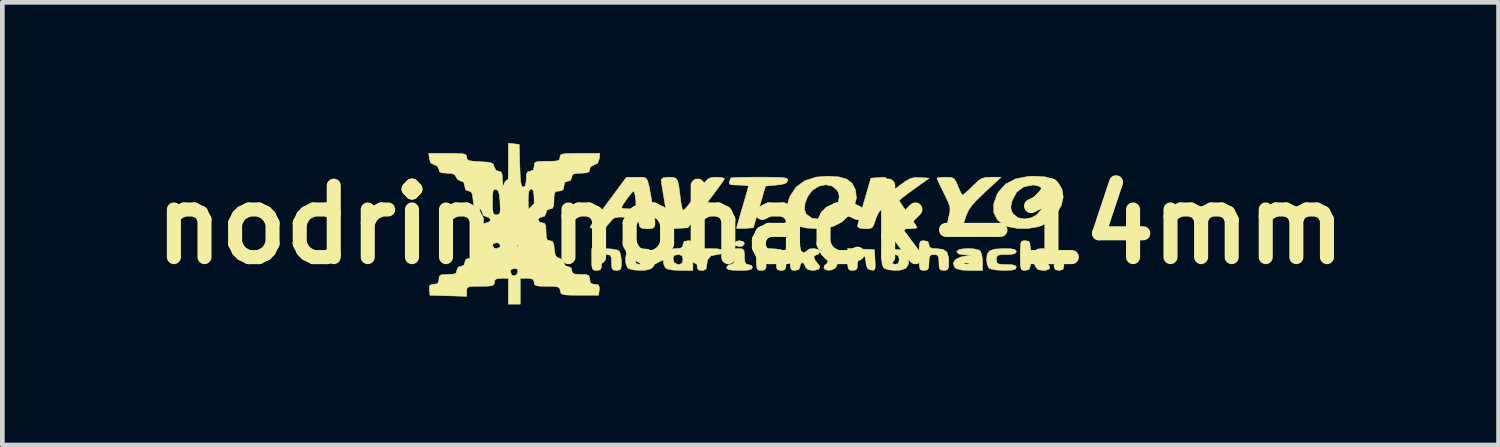
<source format=kicad_pcb>
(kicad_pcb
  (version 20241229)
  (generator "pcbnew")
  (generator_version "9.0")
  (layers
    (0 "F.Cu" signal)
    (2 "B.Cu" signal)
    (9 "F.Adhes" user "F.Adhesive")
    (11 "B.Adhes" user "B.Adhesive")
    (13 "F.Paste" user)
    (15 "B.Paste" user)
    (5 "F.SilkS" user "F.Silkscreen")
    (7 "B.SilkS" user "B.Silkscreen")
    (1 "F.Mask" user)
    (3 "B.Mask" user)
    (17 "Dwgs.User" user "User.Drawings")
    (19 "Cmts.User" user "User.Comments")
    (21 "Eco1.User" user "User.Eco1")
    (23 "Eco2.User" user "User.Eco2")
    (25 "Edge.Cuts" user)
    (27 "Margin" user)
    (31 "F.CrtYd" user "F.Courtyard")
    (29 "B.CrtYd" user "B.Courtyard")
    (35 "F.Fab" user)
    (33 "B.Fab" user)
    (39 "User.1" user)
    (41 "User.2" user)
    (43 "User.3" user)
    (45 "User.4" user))
  (footprint "nodrinknohack-14mm"
    (layer "F.Cu")
    (at 12.961 1.746)
    (property "Reference" "nodrinknohack-14mm" (at 0 0 0) (layer "F.SilkS") (effects (font (size 1.524 1.524) (thickness 0.3))))
    (attr through_hole)
    (fp_poly (pts (xy -0.148 0.361) (xy -0.127 0.402) (xy -0.164 0.453) (xy -0.233 0.466) (xy -0.318 0.444) (xy -0.339 0.402) (xy -0.302 0.351) (xy -0.233 0.339) (xy -0.148 0.361)) (stroke (width 0.01) (type solid)) (fill yes) (layer "F.SilkS"))
    (fp_poly (pts (xy 6.663 0.779) (xy 6.688 0.848) (xy 6.689 0.868) (xy 6.671 0.948) (xy 6.602 0.973) (xy 6.583 0.974) (xy 6.502 0.956) (xy 6.477 0.887) (xy 6.477 0.868) (xy 6.494 0.787) (xy 6.563 0.762) (xy 6.583 0.762) (xy 6.663 0.779)) (stroke (width 0.01) (type solid)) (fill yes) (layer "F.SilkS"))
    (fp_poly (pts (xy 1.838 0.696) (xy 1.862 0.764) (xy 1.863 0.775) (xy 1.842 0.874) (xy 1.812 0.923) (xy 1.734 0.965) (xy 1.646 0.971) (xy 1.58 0.944) (xy 1.566 0.91) (xy 1.589 0.854) (xy 1.609 0.847) (xy 1.643 0.811) (xy 1.651 0.762) (xy 1.676 0.696) (xy 1.757 0.677) (xy 1.838 0.696)) (stroke (width 0.01) (type solid)) (fill yes) (layer "F.SilkS"))
    (fp_poly (pts (xy -0.713 0.512) (xy -0.628 0.527) (xy -0.595 0.557) (xy -0.593 0.572) (xy -0.63 0.622) (xy -0.711 0.635) (xy -0.844 0.663) (xy -0.916 0.75) (xy -0.931 0.855) (xy -0.945 0.942) (xy -1 0.972) (xy -1.037 0.974) (xy -1.098 0.968) (xy -1.129 0.936) (xy -1.141 0.857) (xy -1.143 0.741) (xy -1.143 0.508) (xy -0.868 0.508) (xy -0.713 0.512)) (stroke (width 0.01) (type solid)) (fill yes) (layer "F.SilkS"))
    (fp_poly (pts (xy 3.379 0.691) (xy 3.373 0.838) (xy 3.319 0.926) (xy 3.205 0.967) (xy 3.09 0.974) (xy 2.942 0.96) (xy 2.849 0.923) (xy 2.839 0.913) (xy 2.809 0.833) (xy 2.802 0.741) (xy 3.006 0.741) (xy 3.026 0.824) (xy 3.09 0.847) (xy 3.157 0.822) (xy 3.175 0.741) (xy 3.155 0.658) (xy 3.09 0.635) (xy 3.024 0.66) (xy 3.006 0.741) (xy 2.802 0.741) (xy 2.8 0.714) (xy 2.802 0.691) (xy 2.815 0.529) (xy 3.365 0.529) (xy 3.379 0.691)) (stroke (width 0.01) (type solid)) (fill yes) (layer "F.SilkS"))
    (fp_poly (pts (xy 2.36 0.517) (xy 2.646 0.529) (xy 2.659 0.755) (xy 2.664 0.885) (xy 2.654 0.95) (xy 2.622 0.97) (xy 2.574 0.966) (xy 2.506 0.94) (xy 2.473 0.87) (xy 2.463 0.794) (xy 2.444 0.685) (xy 2.403 0.64) (xy 2.368 0.635) (xy 2.314 0.65) (xy 2.29 0.71) (xy 2.286 0.804) (xy 2.28 0.913) (xy 2.253 0.962) (xy 2.189 0.974) (xy 2.18 0.974) (xy 2.12 0.968) (xy 2.088 0.936) (xy 2.076 0.858) (xy 2.074 0.739) (xy 2.074 0.504) (xy 2.36 0.517)) (stroke (width 0.01) (type solid)) (fill yes) (layer "F.SilkS"))
    (fp_poly (pts (xy -0.18 0.513) (xy -0.138 0.545) (xy -0.127 0.627) (xy -0.127 0.677) (xy -0.12 0.788) (xy -0.091 0.837) (xy -0.042 0.847) (xy 0.027 0.873) (xy 0.042 0.91) (xy 0.024 0.946) (xy -0.042 0.966) (xy -0.17 0.973) (xy -0.233 0.974) (xy -0.387 0.969) (xy -0.473 0.954) (xy -0.506 0.925) (xy -0.508 0.91) (xy -0.473 0.858) (xy -0.423 0.847) (xy -0.357 0.822) (xy -0.339 0.741) (xy -0.353 0.661) (xy -0.381 0.635) (xy -0.419 0.601) (xy -0.423 0.572) (xy -0.391 0.525) (xy -0.289 0.508) (xy -0.275 0.508) (xy -0.18 0.513)) (stroke (width 0.01) (type solid)) (fill yes) (layer "F.SilkS"))
    (fp_poly (pts (xy -2.967 0.516) (xy -2.85 0.536) (xy -2.802 0.559) (xy -2.771 0.631) (xy -2.753 0.748) (xy -2.752 0.792) (xy -2.757 0.906) (xy -2.78 0.959) (xy -2.836 0.973) (xy -2.857 0.974) (xy -2.926 0.964) (xy -2.956 0.921) (xy -2.963 0.819) (xy -2.963 0.804) (xy -2.969 0.695) (xy -2.996 0.647) (xy -3.06 0.635) (xy -3.069 0.635) (xy -3.137 0.644) (xy -3.168 0.688) (xy -3.175 0.79) (xy -3.175 0.804) (xy -3.181 0.913) (xy -3.208 0.962) (xy -3.272 0.974) (xy -3.281 0.974) (xy -3.341 0.968) (xy -3.373 0.936) (xy -3.385 0.857) (xy -3.387 0.741) (xy -3.387 0.508) (xy -3.12 0.508) (xy -2.967 0.516)) (stroke (width 0.01) (type solid)) (fill yes) (layer "F.SilkS"))
    (fp_poly (pts (xy -2.183 0.521) (xy -2.084 0.567) (xy -2.039 0.655) (xy -2.032 0.741) (xy -2.05 0.863) (xy -2.112 0.935) (xy -2.233 0.968) (xy -2.349 0.974) (xy -2.484 0.964) (xy -2.586 0.94) (xy -2.616 0.923) (xy -2.656 0.836) (xy -2.663 0.744) (xy -2.455 0.744) (xy -2.442 0.823) (xy -2.386 0.842) (xy -2.36 0.839) (xy -2.275 0.791) (xy -2.251 0.73) (xy -2.257 0.659) (xy -2.317 0.636) (xy -2.347 0.635) (xy -2.428 0.651) (xy -2.455 0.717) (xy -2.455 0.744) (xy -2.663 0.744) (xy -2.665 0.714) (xy -2.643 0.601) (xy -2.616 0.559) (xy -2.547 0.529) (xy -2.426 0.511) (xy -2.349 0.508) (xy -2.183 0.521)) (stroke (width 0.01) (type solid)) (fill yes) (layer "F.SilkS"))
    (fp_poly (pts (xy 0.547 0.516) (xy 0.663 0.536) (xy 0.711 0.559) (xy 0.743 0.631) (xy 0.761 0.748) (xy 0.762 0.792) (xy 0.757 0.906) (xy 0.734 0.959) (xy 0.678 0.973) (xy 0.656 0.974) (xy 0.588 0.964) (xy 0.558 0.921) (xy 0.55 0.819) (xy 0.55 0.804) (xy 0.545 0.695) (xy 0.517 0.647) (xy 0.454 0.635) (xy 0.445 0.635) (xy 0.376 0.644) (xy 0.346 0.688) (xy 0.339 0.79) (xy 0.339 0.804) (xy 0.333 0.913) (xy 0.306 0.962) (xy 0.242 0.974) (xy 0.233 0.974) (xy 0.172 0.968) (xy 0.141 0.936) (xy 0.129 0.857) (xy 0.127 0.741) (xy 0.127 0.508) (xy 0.394 0.508) (xy 0.547 0.516)) (stroke (width 0.01) (type solid)) (fill yes) (layer "F.SilkS"))
    (fp_poly (pts (xy 4.777 0.515) (xy 4.873 0.54) (xy 4.902 0.559) (xy 4.934 0.631) (xy 4.952 0.748) (xy 4.953 0.792) (xy 4.953 0.974) (xy 4.683 0.974) (xy 4.509 0.966) (xy 4.402 0.939) (xy 4.357 0.907) (xy 4.331 0.834) (xy 4.556 0.834) (xy 4.614 0.84) (xy 4.674 0.833) (xy 4.667 0.819) (xy 4.581 0.813) (xy 4.561 0.819) (xy 4.556 0.834) (xy 4.331 0.834) (xy 4.326 0.821) (xy 4.37 0.745) (xy 4.481 0.689) (xy 4.555 0.673) (xy 4.72 0.647) (xy 4.561 0.641) (xy 4.446 0.623) (xy 4.403 0.579) (xy 4.403 0.572) (xy 4.44 0.535) (xy 4.533 0.513) (xy 4.655 0.506) (xy 4.777 0.515)) (stroke (width 0.01) (type solid)) (fill yes) (layer "F.SilkS"))
    (fp_poly (pts (xy 5.558 0.512) (xy 5.641 0.528) (xy 5.671 0.56) (xy 5.673 0.572) (xy 5.65 0.611) (xy 5.572 0.631) (xy 5.461 0.635) (xy 5.335 0.638) (xy 5.273 0.656) (xy 5.251 0.698) (xy 5.249 0.741) (xy 5.256 0.804) (xy 5.291 0.835) (xy 5.376 0.846) (xy 5.461 0.847) (xy 5.594 0.853) (xy 5.659 0.877) (xy 5.673 0.91) (xy 5.654 0.946) (xy 5.587 0.966) (xy 5.456 0.973) (xy 5.406 0.974) (xy 5.253 0.966) (xy 5.136 0.945) (xy 5.088 0.923) (xy 5.052 0.846) (xy 5.038 0.741) (xy 5.052 0.626) (xy 5.105 0.556) (xy 5.211 0.519) (xy 5.384 0.508) (xy 5.406 0.508) (xy 5.558 0.512)) (stroke (width 0.01) (type solid)) (fill yes) (layer "F.SilkS"))
    (fp_poly (pts (xy -1.28 0.343) (xy -1.248 0.366) (xy -1.233 0.428) (xy -1.228 0.545) (xy -1.228 0.656) (xy -1.228 0.974) (xy -1.494 0.974) (xy -1.648 0.966) (xy -1.764 0.945) (xy -1.812 0.923) (xy -1.852 0.836) (xy -1.86 0.714) (xy -1.86 0.713) (xy -1.651 0.713) (xy -1.628 0.809) (xy -1.548 0.845) (xy -1.517 0.847) (xy -1.455 0.818) (xy -1.439 0.741) (xy -1.457 0.66) (xy -1.526 0.635) (xy -1.545 0.635) (xy -1.63 0.656) (xy -1.651 0.713) (xy -1.86 0.713) (xy -1.838 0.601) (xy -1.812 0.559) (xy -1.738 0.525) (xy -1.623 0.508) (xy -1.6 0.508) (xy -1.493 0.5) (xy -1.447 0.468) (xy -1.439 0.423) (xy -1.415 0.357) (xy -1.333 0.339) (xy -1.28 0.343)) (stroke (width 0.01) (type solid)) (fill yes) (layer "F.SilkS"))
    (fp_poly (pts (xy 5.939 0.352) (xy 5.966 0.41) (xy 5.969 0.466) (xy 5.985 0.562) (xy 6.025 0.593) (xy 6.075 0.55) (xy 6.132 0.517) (xy 6.226 0.507) (xy 6.321 0.517) (xy 6.384 0.547) (xy 6.392 0.567) (xy 6.357 0.622) (xy 6.299 0.65) (xy 6.205 0.674) (xy 6.299 0.774) (xy 6.377 0.876) (xy 6.38 0.941) (xy 6.307 0.971) (xy 6.249 0.974) (xy 6.14 0.959) (xy 6.09 0.907) (xy 6.084 0.889) (xy 6.046 0.82) (xy 6.015 0.804) (xy 5.978 0.84) (xy 5.969 0.889) (xy 5.944 0.955) (xy 5.863 0.974) (xy 5.809 0.97) (xy 5.778 0.946) (xy 5.763 0.885) (xy 5.758 0.768) (xy 5.757 0.656) (xy 5.759 0.495) (xy 5.767 0.4) (xy 5.787 0.354) (xy 5.826 0.34) (xy 5.863 0.339) (xy 5.939 0.352)) (stroke (width 0.01) (type solid)) (fill yes) (layer "F.SilkS"))
    (fp_poly (pts (xy 0.434 -1.015) (xy 0.602 -1.012) (xy 0.71 -1.005) (xy 0.77 -0.992) (xy 0.795 -0.972) (xy 0.797 -0.943) (xy 0.796 -0.942) (xy 0.765 -0.894) (xy 0.682 -0.864) (xy 0.552 -0.847) (xy 0.322 -0.826) (xy 0.192 -0.381) (xy 0.063 0.064) (xy -0.117 0.077) (xy -0.226 0.081) (xy -0.29 0.076) (xy -0.296 0.071) (xy -0.285 0.026) (xy -0.254 -0.083) (xy -0.21 -0.238) (xy -0.169 -0.374) (xy -0.117 -0.552) (xy -0.075 -0.699) (xy -0.049 -0.795) (xy -0.042 -0.824) (xy -0.08 -0.837) (xy -0.178 -0.845) (xy -0.259 -0.847) (xy -0.386 -0.851) (xy -0.445 -0.867) (xy -0.453 -0.902) (xy -0.449 -0.914) (xy -0.427 -0.981) (xy -0.423 -0.998) (xy -0.383 -1.005) (xy -0.274 -1.01) (xy -0.109 -1.014) (xy 0.096 -1.016) (xy 0.194 -1.016) (xy 0.434 -1.015)) (stroke (width 0.01) (type solid)) (fill yes) (layer "F.SilkS"))
    (fp_poly (pts (xy 3.787 0.359) (xy 3.81 0.423) (xy 3.825 0.48) (xy 3.885 0.504) (xy 3.971 0.508) (xy 4.113 0.525) (xy 4.195 0.586) (xy 4.23 0.705) (xy 4.233 0.792) (xy 4.228 0.906) (xy 4.205 0.959) (xy 4.149 0.973) (xy 4.128 0.974) (xy 4.059 0.964) (xy 4.029 0.921) (xy 4.022 0.819) (xy 4.022 0.804) (xy 4.016 0.695) (xy 3.989 0.647) (xy 3.925 0.635) (xy 3.916 0.635) (xy 3.848 0.644) (xy 3.817 0.688) (xy 3.81 0.79) (xy 3.81 0.804) (xy 3.804 0.913) (xy 3.777 0.962) (xy 3.713 0.974) (xy 3.704 0.974) (xy 3.65 0.97) (xy 3.619 0.946) (xy 3.604 0.885) (xy 3.599 0.768) (xy 3.598 0.656) (xy 3.6 0.495) (xy 3.608 0.4) (xy 3.628 0.354) (xy 3.667 0.34) (xy 3.704 0.339) (xy 3.787 0.359)) (stroke (width 0.01) (type solid)) (fill yes) (layer "F.SilkS"))
    (fp_poly (pts (xy 1.028 0.352) (xy 1.056 0.41) (xy 1.058 0.466) (xy 1.081 0.559) (xy 1.133 0.597) (xy 1.193 0.569) (xy 1.206 0.55) (xy 1.265 0.515) (xy 1.355 0.507) (xy 1.439 0.525) (xy 1.481 0.566) (xy 1.482 0.572) (xy 1.448 0.628) (xy 1.418 0.635) (xy 1.362 0.666) (xy 1.355 0.693) (xy 1.385 0.768) (xy 1.418 0.804) (xy 1.48 0.884) (xy 1.463 0.943) (xy 1.371 0.972) (xy 1.338 0.974) (xy 1.23 0.959) (xy 1.179 0.907) (xy 1.173 0.889) (xy 1.136 0.82) (xy 1.105 0.804) (xy 1.067 0.84) (xy 1.058 0.889) (xy 1.034 0.955) (xy 0.953 0.974) (xy 0.899 0.97) (xy 0.867 0.946) (xy 0.852 0.885) (xy 0.847 0.768) (xy 0.847 0.656) (xy 0.848 0.495) (xy 0.856 0.4) (xy 0.876 0.354) (xy 0.915 0.34) (xy 0.953 0.339) (xy 1.028 0.352)) (stroke (width 0.01) (type solid)) (fill yes) (layer "F.SilkS"))
    (fp_poly (pts (xy -1.649 -1.012) (xy -1.59 -0.991) (xy -1.553 -0.937) (xy -1.528 -0.833) (xy -1.506 -0.664) (xy -1.5 -0.614) (xy -1.481 -0.47) (xy -1.459 -0.358) (xy -1.445 -0.311) (xy -1.412 -0.323) (xy -1.343 -0.396) (xy -1.249 -0.518) (xy -1.164 -0.638) (xy -1.051 -0.804) (xy -0.97 -0.912) (xy -0.909 -0.975) (xy -0.851 -1.004) (xy -0.784 -1.014) (xy -0.73 -1.015) (xy -0.621 -1.009) (xy -0.558 -0.993) (xy -0.553 -0.984) (xy -0.578 -0.941) (xy -0.646 -0.844) (xy -0.748 -0.704) (xy -0.875 -0.536) (xy -0.944 -0.445) (xy -1.334 0.064) (xy -1.535 0.076) (xy -1.652 0.081) (xy -1.724 0.08) (xy -1.736 0.076) (xy -1.743 0.032) (xy -1.761 -0.079) (xy -1.789 -0.239) (xy -1.82 -0.423) (xy -1.854 -0.62) (xy -1.881 -0.788) (xy -1.899 -0.91) (xy -1.905 -0.963) (xy -1.866 -1.001) (xy -1.755 -1.016) (xy -1.739 -1.016) (xy -1.649 -1.012)) (stroke (width 0.01) (type solid)) (fill yes) (layer "F.SilkS"))
    (fp_poly (pts (xy 5.004 -0.696) (xy 4.843 -0.542) (xy 4.733 -0.423) (xy 4.66 -0.32) (xy 4.61 -0.214) (xy 4.587 -0.146) (xy 4.543 -0.016) (xy 4.504 0.053) (xy 4.449 0.08) (xy 4.359 0.085) (xy 4.353 0.085) (xy 4.249 0.074) (xy 4.194 0.049) (xy 4.191 0.04) (xy 4.201 -0.026) (xy 4.225 -0.139) (xy 4.237 -0.187) (xy 4.257 -0.285) (xy 4.257 -0.367) (xy 4.23 -0.46) (xy 4.171 -0.59) (xy 4.131 -0.67) (xy 4.06 -0.814) (xy 4.007 -0.926) (xy 3.981 -0.988) (xy 3.979 -0.994) (xy 4.017 -1.007) (xy 4.113 -1.015) (xy 4.166 -1.016) (xy 4.281 -1.012) (xy 4.346 -0.984) (xy 4.391 -0.913) (xy 4.426 -0.826) (xy 4.474 -0.715) (xy 4.513 -0.646) (xy 4.527 -0.635) (xy 4.568 -0.663) (xy 4.65 -0.736) (xy 4.741 -0.826) (xy 4.852 -0.932) (xy 4.937 -0.989) (xy 5.029 -1.012) (xy 5.138 -1.016) (xy 5.348 -1.016) (xy 5.004 -0.696)) (stroke (width 0.01) (type solid)) (fill yes) (layer "F.SilkS"))
    (fp_poly (pts (xy 1.887 -1.022) (xy 2.055 -0.974) (xy 2.168 -0.887) (xy 2.24 -0.753) (xy 2.24 -0.753) (xy 2.262 -0.572) (xy 2.214 -0.385) (xy 2.108 -0.209) (xy 1.957 -0.064) (xy 1.772 0.032) (xy 1.745 0.04) (xy 1.572 0.071) (xy 1.374 0.08) (xy 1.189 0.068) (xy 1.059 0.037) (xy 0.89 -0.066) (xy 0.796 -0.208) (xy 0.784 -0.317) (xy 1.155 -0.317) (xy 1.19 -0.228) (xy 1.312 -0.141) (xy 1.465 -0.119) (xy 1.625 -0.161) (xy 1.742 -0.238) (xy 1.806 -0.326) (xy 1.862 -0.45) (xy 1.869 -0.471) (xy 1.895 -0.591) (xy 1.881 -0.678) (xy 1.847 -0.739) (xy 1.744 -0.826) (xy 1.606 -0.854) (xy 1.456 -0.822) (xy 1.318 -0.731) (xy 1.312 -0.726) (xy 1.219 -0.598) (xy 1.164 -0.452) (xy 1.155 -0.317) (xy 0.784 -0.317) (xy 0.776 -0.383) (xy 0.835 -0.588) (xy 0.846 -0.613) (xy 0.98 -0.809) (xy 1.164 -0.943) (xy 1.404 -1.018) (xy 1.651 -1.037) (xy 1.887 -1.022)) (stroke (width 0.01) (type solid)) (fill yes) (layer "F.SilkS"))
    (fp_poly (pts (xy 6.287 -1.023) (xy 6.454 -0.976) (xy 6.57 -0.89) (xy 6.648 -0.758) (xy 6.674 -0.592) (xy 6.633 -0.414) (xy 6.536 -0.241) (xy 6.395 -0.092) (xy 6.222 0.014) (xy 6.148 0.04) (xy 5.928 0.078) (xy 5.701 0.078) (xy 5.501 0.042) (xy 5.419 0.011) (xy 5.27 -0.104) (xy 5.193 -0.257) (xy 5.19 -0.387) (xy 5.556 -0.387) (xy 5.567 -0.302) (xy 5.604 -0.235) (xy 5.704 -0.152) (xy 5.843 -0.124) (xy 5.995 -0.15) (xy 6.11 -0.214) (xy 6.196 -0.313) (xy 6.263 -0.444) (xy 6.27 -0.466) (xy 6.298 -0.586) (xy 6.286 -0.672) (xy 6.249 -0.739) (xy 6.176 -0.816) (xy 6.073 -0.845) (xy 6.016 -0.847) (xy 5.83 -0.809) (xy 5.684 -0.699) (xy 5.589 -0.526) (xy 5.583 -0.508) (xy 5.556 -0.387) (xy 5.19 -0.387) (xy 5.189 -0.439) (xy 5.26 -0.642) (xy 5.293 -0.7) (xy 5.445 -0.869) (xy 5.659 -0.98) (xy 5.931 -1.033) (xy 6.054 -1.037) (xy 6.287 -1.023)) (stroke (width 0.01) (type solid)) (fill yes) (layer "F.SilkS"))
    (fp_poly (pts (xy 2.901 -0.998) (xy 2.911 -0.945) (xy 2.885 -0.837) (xy 2.859 -0.75) (xy 2.83 -0.659) (xy 2.817 -0.602) (xy 2.828 -0.584) (xy 2.875 -0.607) (xy 2.967 -0.673) (xy 3.114 -0.785) (xy 3.184 -0.839) (xy 3.318 -0.936) (xy 3.417 -0.989) (xy 3.509 -1.009) (xy 3.619 -1.008) (xy 3.815 -0.995) (xy 3.495 -0.766) (xy 3.356 -0.665) (xy 3.247 -0.582) (xy 3.184 -0.529) (xy 3.175 -0.518) (xy 3.198 -0.476) (xy 3.258 -0.384) (xy 3.345 -0.26) (xy 3.365 -0.231) (xy 3.456 -0.101) (xy 3.523 0.001) (xy 3.555 0.056) (xy 3.556 0.061) (xy 3.518 0.075) (xy 3.423 0.084) (xy 3.373 0.085) (xy 3.271 0.08) (xy 3.199 0.056) (xy 3.133 -0.005) (xy 3.05 -0.117) (xy 3.03 -0.146) (xy 2.941 -0.269) (xy 2.881 -0.332) (xy 2.834 -0.346) (xy 2.793 -0.328) (xy 2.734 -0.259) (xy 2.68 -0.144) (xy 2.665 -0.098) (xy 2.628 0.015) (xy 2.585 0.068) (xy 2.508 0.084) (xy 2.45 0.085) (xy 2.333 0.072) (xy 2.286 0.036) (xy 2.286 0.031) (xy 2.297 -0.028) (xy 2.328 -0.151) (xy 2.374 -0.318) (xy 2.429 -0.508) (xy 2.571 -0.995) (xy 2.746 -1.008) (xy 2.849 -1.013) (xy 2.901 -0.998)) (stroke (width 0.01) (type solid)) (fill yes) (layer "F.SilkS"))
    (fp_poly (pts (xy -2.268 -1.012) (xy -2.223 -0.988) (xy -2.191 -0.932) (xy -2.164 -0.831) (xy -2.134 -0.672) (xy -2.097 -0.462) (xy -2.058 -0.24) (xy -2.037 -0.088) (xy -2.036 0.007) (xy -2.058 0.059) (xy -2.104 0.08) (xy -2.179 0.085) (xy -2.199 0.085) (xy -2.307 0.078) (xy -2.358 0.047) (xy -2.378 -0.025) (xy -2.378 -0.032) (xy -2.391 -0.096) (xy -2.424 -0.132) (xy -2.498 -0.15) (xy -2.635 -0.16) (xy -2.652 -0.161) (xy -2.798 -0.165) (xy -2.887 -0.154) (xy -2.945 -0.118) (xy -3.001 -0.049) (xy -3.004 -0.044) (xy -3.084 0.044) (xy -3.178 0.08) (xy -3.266 0.085) (xy -3.369 0.077) (xy -3.42 0.057) (xy -3.422 0.049) (xy -3.393 0.004) (xy -3.322 -0.096) (xy -3.219 -0.238) (xy -3.128 -0.364) (xy -2.752 -0.364) (xy -2.716 -0.348) (xy -2.631 -0.34) (xy -2.535 -0.34) (xy -2.464 -0.351) (xy -2.45 -0.358) (xy -2.441 -0.408) (xy -2.444 -0.503) (xy -2.456 -0.608) (xy -2.474 -0.691) (xy -2.492 -0.719) (xy -2.529 -0.687) (xy -2.592 -0.61) (xy -2.663 -0.513) (xy -2.723 -0.424) (xy -2.751 -0.367) (xy -2.752 -0.364) (xy -3.128 -0.364) (xy -3.093 -0.41) (xy -3.027 -0.5) (xy -2.646 -1.013) (xy -2.424 -1.014) (xy -2.332 -1.016) (xy -2.268 -1.012)) (stroke (width 0.01) (type solid)) (fill yes) (layer "F.SilkS"))
    (fp_poly (pts (xy -5.048 -1.728) (xy -4.932 -1.714) (xy -4.92 -1.259) (xy -4.912 -1.052) (xy -4.901 -0.916) (xy -4.884 -0.839) (xy -4.859 -0.807) (xy -4.846 -0.804) (xy -4.802 -0.834) (xy -4.785 -0.931) (xy -4.784 -0.974) (xy -4.777 -1.084) (xy -4.748 -1.133) (xy -4.699 -1.143) (xy -4.633 -1.168) (xy -4.614 -1.249) (xy -4.61 -1.306) (xy -4.582 -1.337) (xy -4.514 -1.351) (xy -4.384 -1.355) (xy -4.339 -1.355) (xy -4.19 -1.357) (xy -4.107 -1.369) (xy -4.071 -1.396) (xy -4.064 -1.439) (xy -4.058 -1.478) (xy -4.031 -1.502) (xy -3.966 -1.516) (xy -3.849 -1.522) (xy -3.665 -1.524) (xy -3.638 -1.524) (xy -3.212 -1.524) (xy -3.225 -1.408) (xy -3.26 -1.312) (xy -3.334 -1.278) (xy -3.413 -1.236) (xy -3.429 -1.182) (xy -3.442 -1.131) (xy -3.497 -1.107) (xy -3.614 -1.101) (xy -3.619 -1.101) (xy -3.739 -1.095) (xy -3.795 -1.072) (xy -3.81 -1.022) (xy -3.81 -1.016) (xy -3.84 -0.945) (xy -3.895 -0.931) (xy -3.961 -0.907) (xy -3.979 -0.826) (xy -3.997 -0.745) (xy -4.066 -0.72) (xy -4.085 -0.72) (xy -4.15 -0.712) (xy -4.181 -0.673) (xy -4.191 -0.581) (xy -4.191 -0.529) (xy -4.197 -0.41) (xy -4.22 -0.354) (xy -4.27 -0.339) (xy -4.276 -0.339) (xy -4.346 -0.309) (xy -4.36 -0.254) (xy -4.39 -0.183) (xy -4.445 -0.169) (xy -4.514 -0.143) (xy -4.53 -0.106) (xy -4.494 -0.054) (xy -4.445 -0.042) (xy -4.392 -0.03) (xy -4.367 0.022) (xy -4.36 0.134) (xy -4.36 0.148) (xy -4.355 0.268) (xy -4.331 0.324) (xy -4.281 0.339) (xy -4.278 0.339) (xy -4.224 0.355) (xy -4.195 0.419) (xy -4.183 0.519) (xy -4.167 0.636) (xy -4.132 0.693) (xy -4.075 0.712) (xy -3.995 0.754) (xy -3.979 0.807) (xy -3.948 0.876) (xy -3.895 0.889) (xy -3.824 0.919) (xy -3.81 0.974) (xy -3.798 1.027) (xy -3.746 1.052) (xy -3.633 1.058) (xy -3.619 1.058) (xy -3.502 1.063) (xy -3.446 1.084) (xy -3.43 1.136) (xy -3.429 1.164) (xy -3.412 1.244) (xy -3.345 1.269) (xy -3.32 1.27) (xy -3.243 1.282) (xy -3.222 1.336) (xy -3.225 1.386) (xy -3.239 1.503) (xy -3.641 1.503) (xy -3.827 1.502) (xy -3.946 1.496) (xy -4.013 1.482) (xy -4.044 1.455) (xy -4.056 1.413) (xy -4.056 1.408) (xy -4.071 1.356) (xy -4.11 1.327) (xy -4.193 1.315) (xy -4.34 1.312) (xy -4.342 1.312) (xy -4.49 1.31) (xy -4.572 1.298) (xy -4.607 1.271) (xy -4.614 1.228) (xy -4.631 1.169) (xy -4.696 1.146) (xy -4.763 1.143) (xy -4.911 1.143) (xy -4.911 1.693) (xy -5.165 1.693) (xy -5.165 1.143) (xy -5.313 1.143) (xy -5.415 1.152) (xy -5.456 1.189) (xy -5.461 1.228) (xy -5.469 1.272) (xy -5.505 1.298) (xy -5.587 1.309) (xy -5.734 1.312) (xy -5.757 1.312) (xy -5.912 1.314) (xy -6.001 1.323) (xy -6.042 1.346) (xy -6.053 1.39) (xy -6.054 1.42) (xy -6.054 1.527) (xy -6.837 1.503) (xy -6.85 1.386) (xy -6.849 1.302) (xy -6.801 1.272) (xy -6.755 1.27) (xy -6.673 1.254) (xy -6.647 1.188) (xy -6.646 1.164) (xy -6.638 1.099) (xy -6.6 1.068) (xy -6.507 1.059) (xy -6.456 1.058) (xy -6.337 1.053) (xy -6.28 1.03) (xy -6.268 0.988) (xy -5.122 0.988) (xy -5.096 1.068) (xy -5.037 1.091) (xy -4.98 1.053) (xy -4.96 1.002) (xy -4.978 0.944) (xy -5.035 0.931) (xy -5.105 0.954) (xy -5.122 0.988) (xy -6.268 0.988) (xy -6.265 0.98) (xy -6.265 0.974) (xy -6.235 0.903) (xy -6.181 0.889) (xy -6.11 0.859) (xy -6.096 0.804) (xy -6.066 0.734) (xy -6.011 0.72) (xy -5.958 0.707) (xy -5.933 0.655) (xy -5.927 0.543) (xy -5.927 0.529) (xy -5.924 0.445) (xy -5.503 0.445) (xy -5.468 0.496) (xy -5.419 0.508) (xy -5.35 0.482) (xy -5.334 0.445) (xy -5.122 0.445) (xy -5.087 0.496) (xy -5.038 0.508) (xy -4.969 0.482) (xy -4.953 0.445) (xy -4.741 0.445) (xy -4.707 0.501) (xy -4.678 0.508) (xy -4.622 0.474) (xy -4.614 0.445) (xy -4.648 0.388) (xy -4.678 0.381) (xy -4.734 0.415) (xy -4.741 0.445) (xy -4.953 0.445) (xy -4.988 0.393) (xy -5.038 0.381) (xy -5.107 0.407) (xy -5.122 0.445) (xy -5.334 0.445) (xy -5.369 0.393) (xy -5.419 0.381) (xy -5.488 0.407) (xy -5.503 0.445) (xy -5.924 0.445) (xy -5.922 0.412) (xy -5.901 0.356) (xy -5.849 0.339) (xy -5.821 0.339) (xy -5.756 0.331) (xy -5.725 0.292) (xy -5.715 0.2) (xy -5.715 0.148) (xy -5.709 0.029) (xy -5.686 -0.027) (xy -5.636 -0.042) (xy -5.63 -0.042) (xy -5.561 -0.069) (xy -5.546 -0.106) (xy -5.581 -0.158) (xy -5.63 -0.169) (xy -5.701 -0.2) (xy -5.715 -0.251) (xy -5.751 -0.324) (xy -5.81 -0.346) (xy -5.873 -0.37) (xy -5.905 -0.433) (xy -5.912 -0.49) (xy -5.503 -0.49) (xy -5.501 -0.34) (xy -5.489 -0.256) (xy -5.463 -0.22) (xy -5.417 -0.212) (xy -5.417 -0.212) (xy -5.37 -0.219) (xy -5.345 -0.254) (xy -5.338 -0.336) (xy -5.343 -0.476) (xy -5.343 -0.487) (xy -4.741 -0.487) (xy -4.737 -0.332) (xy -4.722 -0.247) (xy -4.692 -0.214) (xy -4.678 -0.212) (xy -4.642 -0.23) (xy -4.622 -0.296) (xy -4.615 -0.424) (xy -4.614 -0.487) (xy -4.619 -0.641) (xy -4.634 -0.727) (xy -4.663 -0.76) (xy -4.678 -0.762) (xy -4.713 -0.744) (xy -4.733 -0.678) (xy -4.741 -0.549) (xy -4.741 -0.487) (xy -5.343 -0.487) (xy -5.355 -0.627) (xy -5.376 -0.712) (xy -5.413 -0.749) (xy -5.429 -0.754) (xy -5.469 -0.751) (xy -5.492 -0.713) (xy -5.501 -0.621) (xy -5.503 -0.49) (xy -5.912 -0.49) (xy -5.919 -0.54) (xy -5.935 -0.656) (xy -5.967 -0.709) (xy -6.014 -0.72) (xy -6.079 -0.746) (xy -6.096 -0.826) (xy -6.117 -0.91) (xy -6.176 -0.931) (xy -6.25 -0.967) (xy -6.278 -1.016) (xy -6.311 -1.073) (xy -6.388 -1.097) (xy -6.473 -1.101) (xy -6.586 -1.108) (xy -6.636 -1.136) (xy -6.646 -1.182) (xy -6.682 -1.256) (xy -6.742 -1.278) (xy -6.821 -1.318) (xy -6.85 -1.408) (xy -6.864 -1.524) (xy -6.459 -1.524) (xy -6.271 -1.523) (xy -6.152 -1.517) (xy -6.087 -1.503) (xy -6.059 -1.477) (xy -6.054 -1.441) (xy -6.044 -1.397) (xy -6.002 -1.37) (xy -5.911 -1.355) (xy -5.768 -1.346) (xy -5.615 -1.337) (xy -5.527 -1.321) (xy -5.485 -1.292) (xy -5.469 -1.242) (xy -5.469 -1.238) (xy -5.427 -1.159) (xy -5.373 -1.143) (xy -5.32 -1.128) (xy -5.296 -1.067) (xy -5.292 -0.974) (xy -5.281 -0.856) (xy -5.246 -0.807) (xy -5.228 -0.804) (xy -5.2 -0.818) (xy -5.181 -0.866) (xy -5.17 -0.964) (xy -5.165 -1.124) (xy -5.165 -1.273) (xy -5.165 -1.741) (xy -5.048 -1.728)) (stroke (width 0.01) (type solid)) (fill yes) (layer "F.SilkS")))
  (gr_rect
    (start -3 -3)
    (end 28.923 6.445)
    (stroke (width 0.1) (type default))
    (fill no)
    (layer "Edge.Cuts")))
</source>
